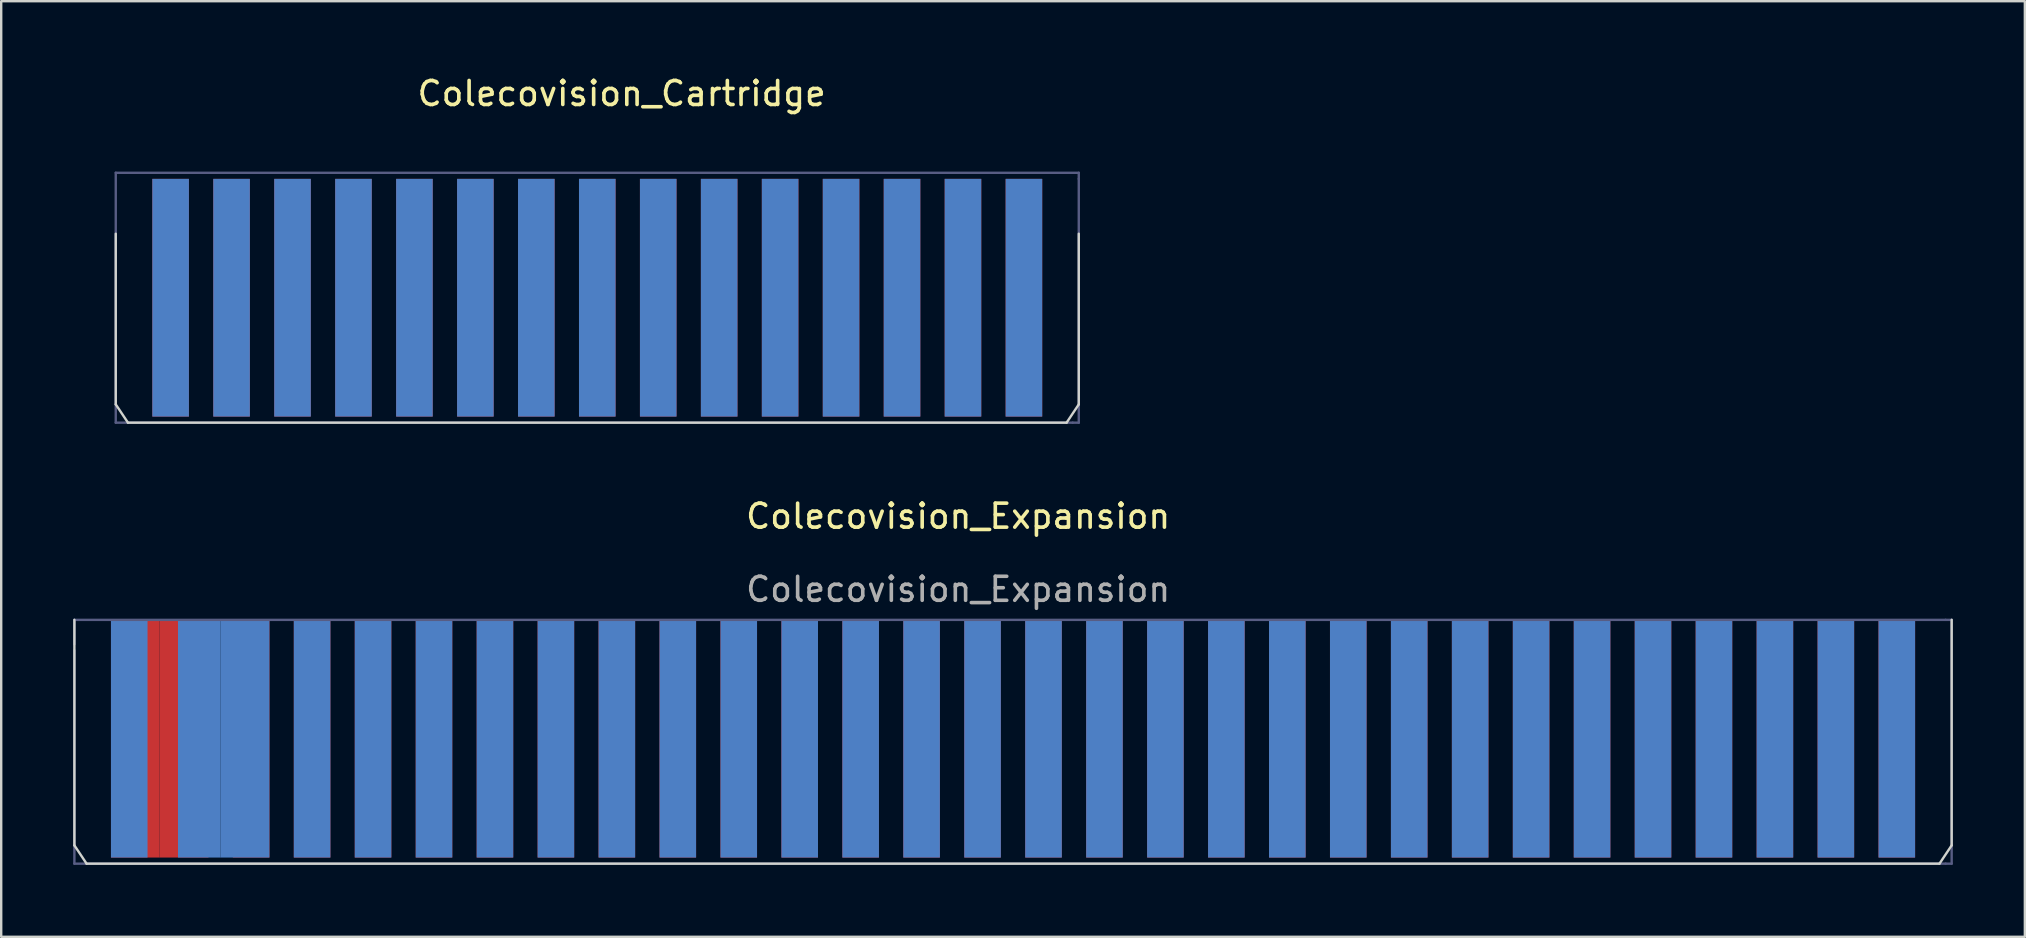
<source format=kicad_pcb>
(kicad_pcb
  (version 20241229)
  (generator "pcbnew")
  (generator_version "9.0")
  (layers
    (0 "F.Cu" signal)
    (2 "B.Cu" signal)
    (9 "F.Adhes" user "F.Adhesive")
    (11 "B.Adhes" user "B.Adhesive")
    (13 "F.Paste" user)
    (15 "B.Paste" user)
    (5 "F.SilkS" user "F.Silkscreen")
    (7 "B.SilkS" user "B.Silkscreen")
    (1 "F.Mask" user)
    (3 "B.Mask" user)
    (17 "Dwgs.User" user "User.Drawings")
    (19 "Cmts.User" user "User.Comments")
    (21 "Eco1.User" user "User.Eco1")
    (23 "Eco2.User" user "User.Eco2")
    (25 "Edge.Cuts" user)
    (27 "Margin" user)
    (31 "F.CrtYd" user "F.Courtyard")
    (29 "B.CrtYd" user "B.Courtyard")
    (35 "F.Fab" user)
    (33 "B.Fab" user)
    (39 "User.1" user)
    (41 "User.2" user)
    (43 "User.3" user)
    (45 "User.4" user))
  (footprint "Colecovision_Cartridge"
    (layer "F.Cu")
    (at 0.25 11.262)
    (property "Reference" "Colecovision_Cartridge" (at 22.606 -10.414 0) (layer "F.SilkS") (effects (font (size 1 1) (thickness 0.15))))
    (attr exclude_from_pos_files exclude_from_bom)
    (fp_line (start 1.524 2.54) (end 1.524 -4.572) (stroke (width 0.1) (type solid)) (layer "Edge.Cuts"))
    (fp_line (start 2.032 3.302) (end 1.524 2.54) (stroke (width 0.1) (type solid)) (layer "Edge.Cuts"))
    (fp_line (start 41.148 3.302) (end 2.032 3.302) (stroke (width 0.1) (type solid)) (layer "Edge.Cuts"))
    (fp_line (start 41.656 -4.572) (end 41.656 2.54) (stroke (width 0.1) (type solid)) (layer "Edge.Cuts"))
    (fp_line (start 41.656 2.54) (end 41.148 3.302) (stroke (width 0.1) (type solid)) (layer "Edge.Cuts"))
    (fp_line (start 1.524 -7.112) (end 41.656 -7.112) (stroke (width 0.1) (type solid)) (layer "B.Fab"))
    (fp_line (start 1.524 3.302) (end 1.524 -7.112) (stroke (width 0.1) (type solid)) (layer "B.Fab"))
    (fp_line (start 41.402 3.302) (end 1.524 3.302) (stroke (width 0.1) (type solid)) (layer "B.Fab"))
    (fp_line (start 41.402 3.302) (end 41.656 3.302) (stroke (width 0.1) (type solid)) (layer "B.Fab"))
    (fp_line (start 41.656 -7.112) (end 41.656 -6.858) (stroke (width 0.1) (type solid)) (layer "B.Fab"))
    (fp_line (start 41.656 3.302) (end 41.656 -6.858) (stroke (width 0.1) (type solid)) (layer "B.Fab"))
    (pad "1" connect rect (at 3.81 -1.905) (size 1.524 9.906) (layers "B.Cu" "B.Mask"))
    (pad "2" connect rect (at 3.81 -1.905) (size 1.524 9.906) (layers "F.Cu" "F.Mask"))
    (pad "3" connect rect (at 6.35 -1.905) (size 1.524 9.906) (layers "B.Cu" "B.Mask"))
    (pad "4" connect rect (at 6.35 -1.905) (size 1.524 9.906) (layers "F.Cu" "F.Mask"))
    (pad "5" connect rect (at 8.89 -1.905) (size 1.524 9.906) (layers "B.Cu" "B.Mask"))
    (pad "6" connect rect (at 8.89 -1.905) (size 1.524 9.906) (layers "F.Cu" "F.Mask"))
    (pad "7" connect rect (at 11.43 -1.905) (size 1.524 9.906) (layers "B.Cu" "B.Mask"))
    (pad "8" connect rect (at 11.43 -1.905) (size 1.524 9.906) (layers "F.Cu" "F.Mask"))
    (pad "9" connect rect (at 13.97 -1.905) (size 1.524 9.906) (layers "B.Cu" "B.Mask"))
    (pad "10" connect rect (at 13.97 -1.905) (size 1.524 9.906) (layers "F.Cu" "F.Mask"))
    (pad "11" connect rect (at 16.51 -1.905) (size 1.524 9.906) (layers "B.Cu" "B.Mask"))
    (pad "12" connect rect (at 16.51 -1.905) (size 1.524 9.906) (layers "F.Cu" "F.Mask"))
    (pad "13" connect rect (at 19.05 -1.905) (size 1.524 9.906) (layers "B.Cu" "B.Mask"))
    (pad "14" connect rect (at 19.05 -1.905) (size 1.524 9.906) (layers "F.Cu" "F.Mask"))
    (pad "15" connect rect (at 21.59 -1.905) (size 1.524 9.906) (layers "B.Cu" "B.Mask"))
    (pad "16" connect rect (at 21.59 -1.905) (size 1.524 9.906) (layers "F.Cu" "F.Mask"))
    (pad "17" connect rect (at 24.13 -1.905) (size 1.524 9.906) (layers "B.Cu" "B.Mask"))
    (pad "18" connect rect (at 24.13 -1.905) (size 1.524 9.906) (layers "F.Cu" "F.Mask"))
    (pad "19" connect rect (at 26.67 -1.905) (size 1.524 9.906) (layers "B.Cu" "B.Mask"))
    (pad "20" connect rect (at 26.67 -1.905) (size 1.524 9.906) (layers "F.Cu" "F.Mask"))
    (pad "21" connect rect (at 29.21 -1.905) (size 1.524 9.906) (layers "B.Cu" "B.Mask"))
    (pad "22" connect rect (at 29.21 -1.905) (size 1.524 9.906) (layers "F.Cu" "F.Mask"))
    (pad "23" connect rect (at 31.75 -1.905) (size 1.524 9.906) (layers "B.Cu" "B.Mask"))
    (pad "24" connect rect (at 31.75 -1.905) (size 1.524 9.906) (layers "F.Cu" "F.Mask"))
    (pad "25" connect rect (at 34.29 -1.905) (size 1.524 9.906) (layers "B.Cu" "B.Mask"))
    (pad "26" connect rect (at 34.29 -1.905) (size 1.524 9.906) (layers "F.Cu" "F.Mask"))
    (pad "27" connect rect (at 36.83 -1.905) (size 1.524 9.906) (layers "B.Cu" "B.Mask"))
    (pad "28" connect rect (at 36.83 -1.905) (size 1.524 9.906) (layers "F.Cu" "F.Mask"))
    (pad "29" connect rect (at 39.37 -1.905) (size 1.524 9.906) (layers "B.Cu" "B.Mask"))
    (pad "30" connect rect (at 39.37 -1.905) (size 1.524 9.906) (layers "F.Cu" "F.Mask")))
  (footprint "Colecovision_Expansion"
    (layer "F.Cu")
    (at 36.626 29.639)
    (property "Reference" "Colecovision_Expansion" (at 0.254 -11.176 0) (layer "F.SilkS") (effects (font (size 1 1) (thickness 0.15))))
    (attr exclude_from_pos_files exclude_from_bom)
    (fp_rect (start -36.576 -6.858) (end 41.656 3.302) (stroke (width 0.1) (type solid)) (fill yes) (layer "F.Mask"))
    (fp_rect (start -36.576 -6.858) (end 41.656 3.302) (stroke (width 0.1) (type solid)) (fill yes) (layer "B.Mask"))
    (fp_line (start -36.576 2.54) (end -36.576 -6.858) (stroke (width 0.1) (type solid)) (layer "Edge.Cuts"))
    (fp_line (start -36.068 3.302) (end -36.576 2.54) (stroke (width 0.1) (type solid)) (layer "Edge.Cuts"))
    (fp_line (start 41.148 3.302) (end -36.068 3.302) (stroke (width 0.1) (type solid)) (layer "Edge.Cuts"))
    (fp_line (start 41.656 -6.858) (end 41.656 2.54) (stroke (width 0.1) (type solid)) (layer "Edge.Cuts"))
    (fp_line (start 41.656 2.54) (end 41.148 3.302) (stroke (width 0.1) (type solid)) (layer "Edge.Cuts"))
    (fp_line (start -36.576 -6.858) (end 41.402 -6.858) (stroke (width 0.1) (type solid)) (layer "B.Fab"))
    (fp_line (start -36.576 -5.842) (end -36.576 -6.858) (stroke (width 0.1) (type solid)) (layer "B.Fab"))
    (fp_line (start -36.576 -5.588) (end -36.576 3.302) (stroke (width 0.1) (type solid)) (layer "B.Fab"))
    (fp_line (start -36.576 3.302) (end 41.402 3.302) (stroke (width 0.1) (type solid)) (layer "B.Fab"))
    (fp_line (start 41.402 3.302) (end 41.656 3.302) (stroke (width 0.1) (type solid)) (layer "B.Fab"))
    (fp_line (start 41.656 -6.858) (end 41.402 -6.858) (stroke (width 0.1) (type solid)) (layer "B.Fab"))
    (fp_line (start 41.656 3.302) (end 41.656 -6.858) (stroke (width 0.1) (type solid)) (layer "B.Fab"))
    (fp_text user "${REFERENCE}" (at 0.254 -8.128 0) (layer "F.Fab") (effects (font (size 1 1) (thickness 0.15))))
    (pad "1" connect rect (at -34.036 -1.905) (size 2.032 9.906) (layers "F.Cu" "F.Mask"))
    (pad "2" connect rect (at -32.004 -1.905) (size 2.032 9.906) (layers "F.Cu" "F.Mask"))
    (pad "3" connect rect (at -29.21 -1.905) (size 1.524 9.906) (layers "F.Cu" "F.Mask"))
    (pad "4" connect rect (at -26.67 -1.905) (size 1.524 9.906) (layers "F.Cu" "F.Mask"))
    (pad "5" connect rect (at -24.13 -1.905) (size 1.524 9.906) (layers "F.Cu" "F.Mask"))
    (pad "6" connect rect (at -21.59 -1.905) (size 1.524 9.906) (layers "F.Cu" "F.Mask"))
    (pad "7" connect rect (at -19.05 -1.905) (size 1.524 9.906) (layers "F.Cu" "F.Mask"))
    (pad "8" connect rect (at -16.51 -1.905) (size 1.524 9.906) (layers "F.Cu" "F.Mask"))
    (pad "9" connect rect (at -13.97 -1.905) (size 1.524 9.906) (layers "F.Cu" "F.Mask"))
    (pad "10" connect rect (at -11.43 -1.905) (size 1.524 9.906) (layers "F.Cu" "F.Mask"))
    (pad "11" connect rect (at -8.89 -1.905) (size 1.524 9.906) (layers "F.Cu" "F.Mask"))
    (pad "12" connect rect (at -6.35 -1.905) (size 1.524 9.906) (layers "F.Cu" "F.Mask"))
    (pad "13" connect rect (at -3.81 -1.905) (size 1.524 9.906) (layers "F.Cu" "F.Mask"))
    (pad "14" connect rect (at -1.27 -1.905) (size 1.524 9.906) (layers "F.Cu" "F.Mask"))
    (pad "15" connect rect (at 1.27 -1.905) (size 1.524 9.906) (layers "F.Cu" "F.Mask"))
    (pad "16" connect rect (at 3.81 -1.905) (size 1.524 9.906) (layers "F.Cu" "F.Mask"))
    (pad "17" connect rect (at 6.35 -1.905) (size 1.524 9.906) (layers "F.Cu" "F.Mask"))
    (pad "18" connect rect (at 8.89 -1.905) (size 1.524 9.906) (layers "F.Cu" "F.Mask"))
    (pad "19" connect rect (at 11.43 -1.905) (size 1.524 9.906) (layers "F.Cu" "F.Mask"))
    (pad "20" connect rect (at 13.97 -1.905) (size 1.524 9.906) (layers "F.Cu" "F.Mask"))
    (pad "21" connect rect (at 16.51 -1.905) (size 1.524 9.906) (layers "F.Cu" "F.Mask"))
    (pad "22" connect rect (at 19.05 -1.905) (size 1.524 9.906) (layers "F.Cu" "F.Mask"))
    (pad "23" connect rect (at 21.59 -1.905) (size 1.524 9.906) (layers "F.Cu" "F.Mask"))
    (pad "24" connect rect (at 24.13 -1.905) (size 1.524 9.906) (layers "F.Cu" "F.Mask"))
    (pad "25" connect rect (at 26.67 -1.905) (size 1.524 9.906) (layers "F.Cu" "F.Mask"))
    (pad "26" connect rect (at 29.21 -1.905) (size 1.524 9.906) (layers "F.Cu" "F.Mask"))
    (pad "27" connect rect (at 31.75 -1.905) (size 1.524 9.906) (layers "F.Cu" "F.Mask"))
    (pad "28" connect rect (at 34.29 -1.905) (size 1.524 9.906) (layers "F.Cu" "F.Mask"))
    (pad "29" connect rect (at 36.83 -1.905) (size 1.524 9.906) (layers "F.Cu" "F.Mask"))
    (pad "30" connect rect (at 39.37 -1.905) (size 1.524 9.906) (layers "F.Cu" "F.Mask"))
    (pad "31" connect rect (at 39.37 -1.905) (size 1.524 9.906) (layers "B.Cu" "B.Mask"))
    (pad "32" connect rect (at 36.83 -1.905) (size 1.524 9.906) (layers "B.Cu" "B.Mask"))
    (pad "33" connect rect (at 34.29 -1.905) (size 1.524 9.906) (layers "B.Cu" "B.Mask"))
    (pad "34" connect rect (at 31.75 -1.905) (size 1.524 9.906) (layers "B.Cu" "B.Mask"))
    (pad "35" connect rect (at 29.21 -1.905) (size 1.524 9.906) (layers "B.Cu" "B.Mask"))
    (pad "36" connect rect (at 26.67 -1.905) (size 1.524 9.906) (layers "B.Cu" "B.Mask"))
    (pad "37" connect rect (at 24.13 -1.905) (size 1.524 9.906) (layers "B.Cu" "B.Mask"))
    (pad "38" connect rect (at 21.59 -1.905) (size 1.524 9.906) (layers "B.Cu" "B.Mask"))
    (pad "39" connect rect (at 19.05 -1.905) (size 1.524 9.906) (layers "B.Cu" "B.Mask"))
    (pad "40" connect rect (at 16.51 -1.905) (size 1.524 9.906) (layers "B.Cu" "B.Mask"))
    (pad "41" connect rect (at 13.97 -1.905) (size 1.524 9.906) (layers "B.Cu" "B.Mask"))
    (pad "42" connect rect (at 11.43 -1.905) (size 1.524 9.906) (layers "B.Cu" "B.Mask"))
    (pad "43" connect rect (at 8.89 -1.905) (size 1.524 9.906) (layers "B.Cu" "B.Mask"))
    (pad "44" connect rect (at 6.35 -1.905) (size 1.524 9.906) (layers "B.Cu" "B.Mask"))
    (pad "45" connect rect (at 3.81 -1.905) (size 1.524 9.906) (layers "B.Cu" "B.Mask"))
    (pad "46" connect rect (at 1.27 -1.905) (size 1.524 9.906) (layers "B.Cu" "B.Mask"))
    (pad "47" connect rect (at -1.27 -1.905) (size 1.524 9.906) (layers "B.Cu" "B.Mask"))
    (pad "48" connect rect (at -3.81 -1.905) (size 1.524 9.906) (layers "B.Cu" "B.Mask"))
    (pad "49" connect rect (at -6.35 -1.905) (size 1.524 9.906) (layers "B.Cu" "B.Mask"))
    (pad "50" connect rect (at -8.89 -1.905) (size 1.524 9.906) (layers "B.Cu" "B.Mask"))
    (pad "51" connect rect (at -11.43 -1.905) (size 1.524 9.906) (layers "B.Cu" "B.Mask"))
    (pad "52" connect rect (at -13.97 -1.905) (size 1.524 9.906) (layers "B.Cu" "B.Mask"))
    (pad "53" connect rect (at -16.51 -1.905) (size 1.524 9.906) (layers "B.Cu" "B.Mask"))
    (pad "54" connect rect (at -19.05 -1.905) (size 1.524 9.906) (layers "B.Cu" "B.Mask"))
    (pad "55" connect rect (at -21.59 -1.905) (size 1.524 9.906) (layers "B.Cu" "B.Mask"))
    (pad "56" connect rect (at -24.13 -1.905) (size 1.524 9.906) (layers "B.Cu" "B.Mask"))
    (pad "57" connect rect (at -26.67 -1.905) (size 1.524 9.906) (layers "B.Cu" "B.Mask"))
    (pad "58" connect rect (at -29.464 -1.905) (size 2.032 9.906) (layers "B.Cu" "B.Mask"))
    (pad "59" connect rect (at -31.369 -1.905) (size 1.778 9.906) (layers "B.Cu" "B.Mask"))
    (pad "60" connect rect (at -34.29 -1.905) (size 1.524 9.906) (layers "B.Cu" "B.Mask")))
  (gr_rect
    (start -3 -3)
    (end 81.332 35.99)
    (stroke (width 0.1) (type default))
    (fill no)
    (layer "Edge.Cuts")))
</source>
